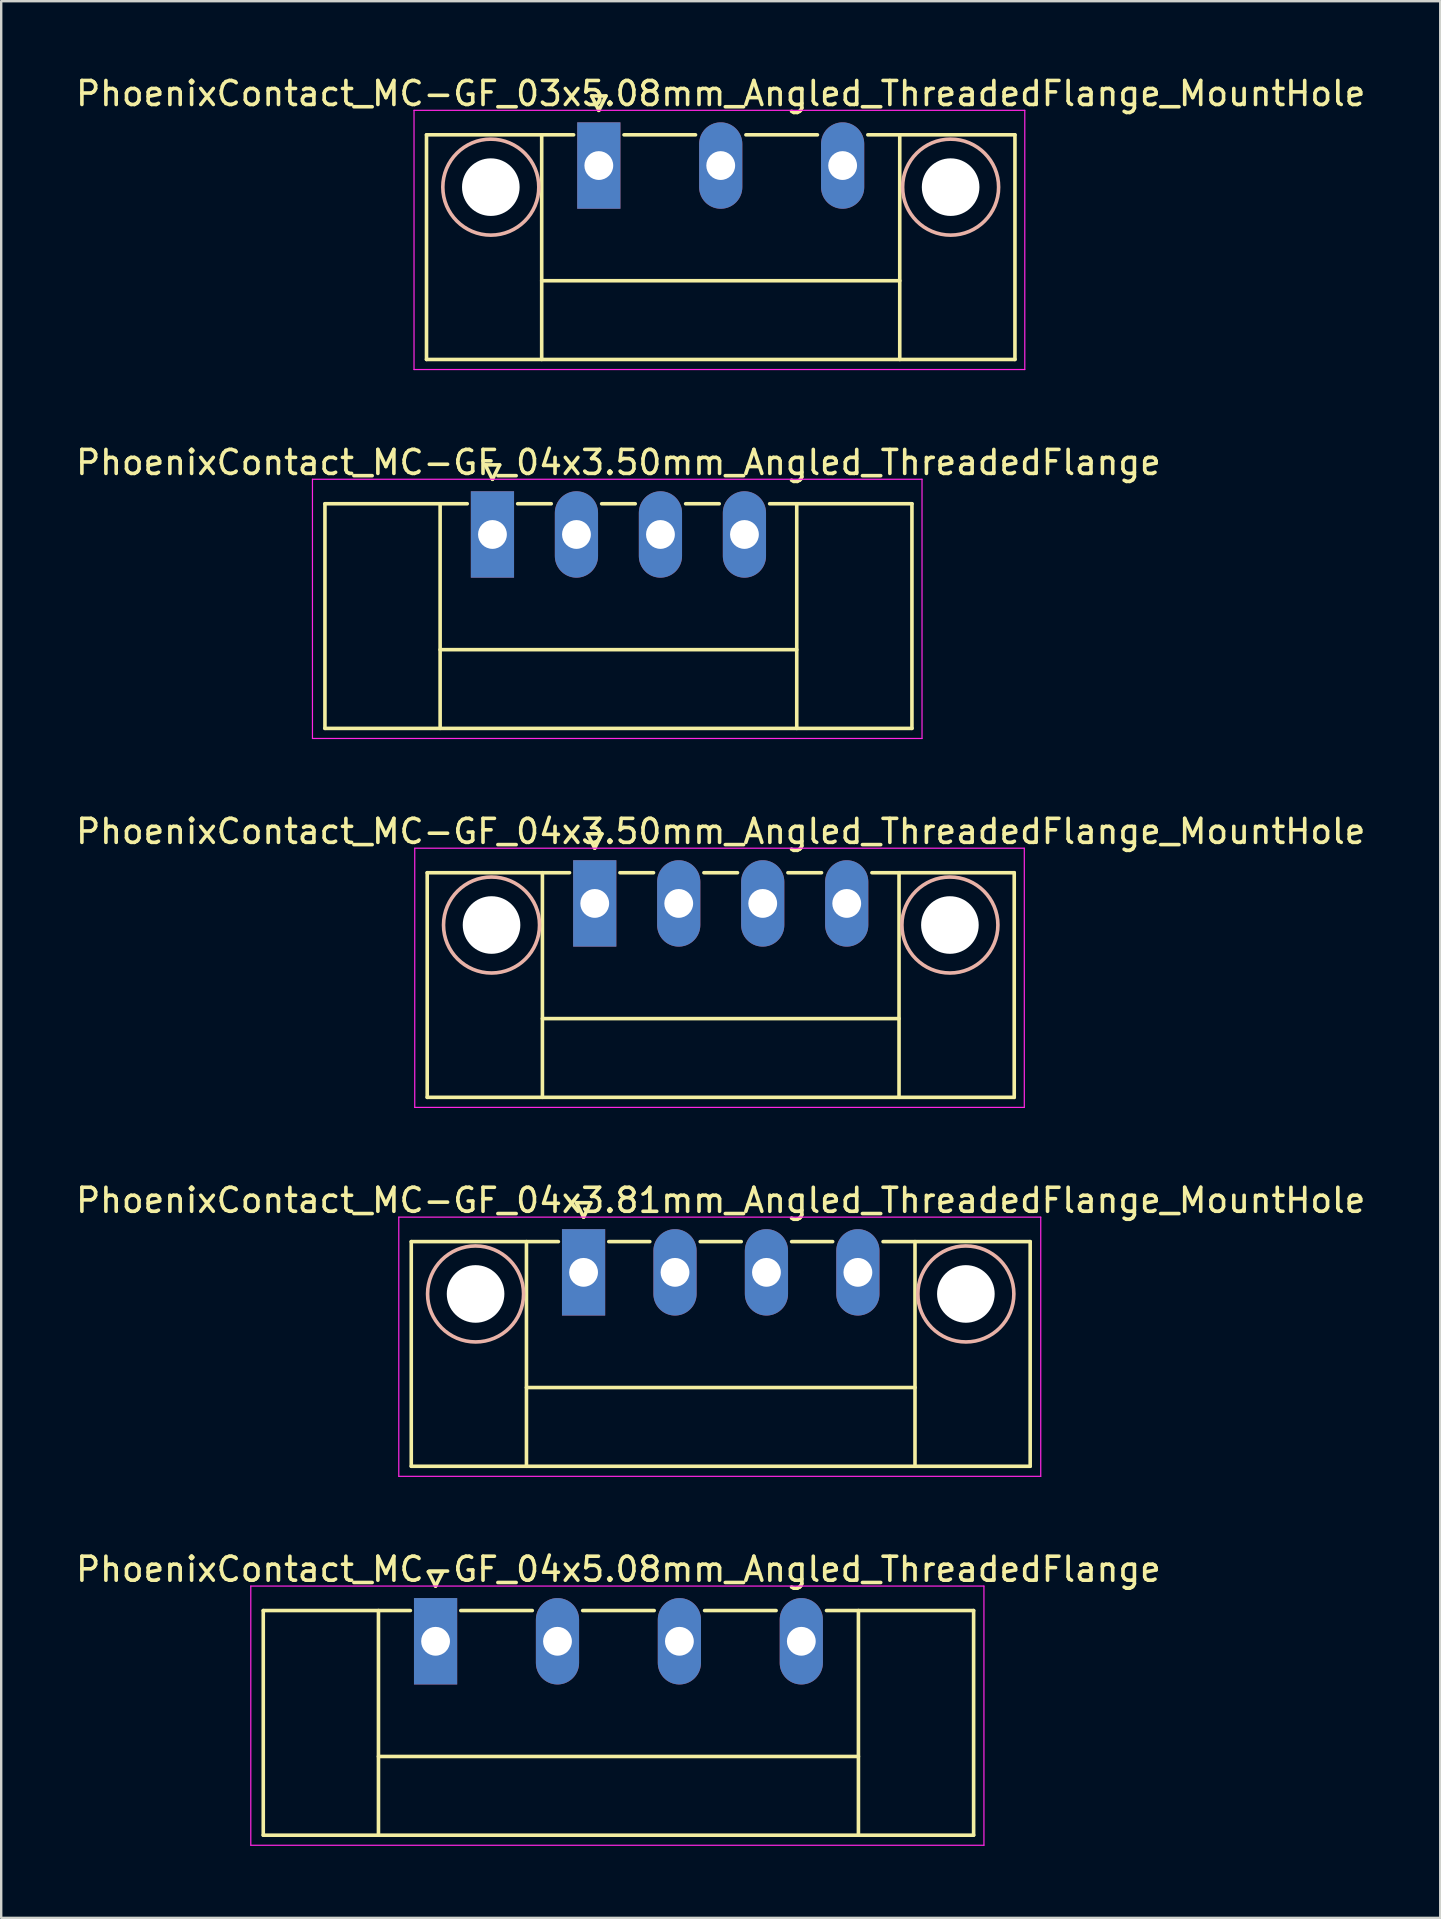
<source format=kicad_pcb>
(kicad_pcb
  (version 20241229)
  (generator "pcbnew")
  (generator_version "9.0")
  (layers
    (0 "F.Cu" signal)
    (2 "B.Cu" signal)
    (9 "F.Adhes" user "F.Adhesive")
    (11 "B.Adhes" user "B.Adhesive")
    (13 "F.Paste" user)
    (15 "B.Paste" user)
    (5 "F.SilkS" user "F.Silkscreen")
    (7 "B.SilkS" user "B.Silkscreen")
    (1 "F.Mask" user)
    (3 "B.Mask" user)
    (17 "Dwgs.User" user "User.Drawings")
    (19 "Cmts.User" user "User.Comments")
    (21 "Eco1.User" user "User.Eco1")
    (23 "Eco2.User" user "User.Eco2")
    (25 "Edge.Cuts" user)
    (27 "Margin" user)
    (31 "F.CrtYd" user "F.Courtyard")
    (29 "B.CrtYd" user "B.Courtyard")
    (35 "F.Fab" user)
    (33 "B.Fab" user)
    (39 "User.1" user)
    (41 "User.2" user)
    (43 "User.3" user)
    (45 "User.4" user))
  (footprint "PhoenixContact_MC-GF_04x5.08mm_Angled_ThreadedFlange"
    (layer "F.Cu")
    (at 15.1 65.341)
    (property "Reference" "PhoenixContact_MC-GF_04x5.08mm_Angled_ThreadedFlange" (at 7.62 -3 0) (layer "F.SilkS") (effects (font (size 1 1) (thickness 0.15))))
    (attr through_hole)
    (fp_line (start -7.18 -1.28) (end -7.18 8.08) (stroke (width 0.15) (type solid)) (layer "F.SilkS"))
    (fp_line (start -7.18 -1.28) (end -1.05 -1.28) (stroke (width 0.15) (type solid)) (layer "F.SilkS"))
    (fp_line (start -7.18 8.08) (end 22.42 8.08) (stroke (width 0.15) (type solid)) (layer "F.SilkS"))
    (fp_line (start -2.38 -1.28) (end -2.38 8.08) (stroke (width 0.15) (type solid)) (layer "F.SilkS"))
    (fp_line (start -2.38 4.8) (end 17.62 4.8) (stroke (width 0.15) (type solid)) (layer "F.SilkS"))
    (fp_line (start -0.3 -2.9) (end 0 -2.3) (stroke (width 0.15) (type solid)) (layer "F.SilkS"))
    (fp_line (start 0 -2.3) (end 0.3 -2.9) (stroke (width 0.15) (type solid)) (layer "F.SilkS"))
    (fp_line (start 0.3 -2.9) (end -0.3 -2.9) (stroke (width 0.15) (type solid)) (layer "F.SilkS"))
    (fp_line (start 1.05 -1.28) (end 4.03 -1.28) (stroke (width 0.15) (type solid)) (layer "F.SilkS"))
    (fp_line (start 6.13 -1.28) (end 9.11 -1.28) (stroke (width 0.15) (type solid)) (layer "F.SilkS"))
    (fp_line (start 11.21 -1.28) (end 14.19 -1.28) (stroke (width 0.15) (type solid)) (layer "F.SilkS"))
    (fp_line (start 17.62 -1.28) (end 17.62 8.08) (stroke (width 0.15) (type solid)) (layer "F.SilkS"))
    (fp_line (start 22.42 -1.28) (end 16.29 -1.28) (stroke (width 0.15) (type solid)) (layer "F.SilkS"))
    (fp_line (start 22.42 8.08) (end 22.42 -1.28) (stroke (width 0.15) (type solid)) (layer "F.SilkS"))
    (fp_line (start -7.7 -2.3) (end -7.7 8.5) (stroke (width 0.05) (type solid)) (layer "F.CrtYd"))
    (fp_line (start -7.7 8.5) (end 22.85 8.5) (stroke (width 0.05) (type solid)) (layer "F.CrtYd"))
    (fp_line (start 22.85 -2.3) (end -7.7 -2.3) (stroke (width 0.05) (type solid)) (layer "F.CrtYd"))
    (fp_line (start 22.85 8.5) (end 22.85 -2.3) (stroke (width 0.05) (type solid)) (layer "F.CrtYd"))
    (pad "1" thru_hole rect (at 0 0) (size 1.8 3.6) (drill 1.2) (layers "*.Cu" "*.Mask"))
    (pad "2" thru_hole oval (at 5.08 0) (size 1.8 3.6) (drill 1.2) (layers "*.Cu" "*.Mask"))
    (pad "3" thru_hole oval (at 10.16 0) (size 1.8 3.6) (drill 1.2) (layers "*.Cu" "*.Mask"))
    (pad "4" thru_hole oval (at 15.24 0) (size 1.8 3.6) (drill 1.2) (layers "*.Cu" "*.Mask")))
  (footprint "PhoenixContact_MC-GF_03x5.08mm_Angled_ThreadedFlange_MountHole"
    (layer "F.Cu")
    (at 21.902 3.848)
    (property "Reference" "PhoenixContact_MC-GF_03x5.08mm_Angled_ThreadedFlange_MountHole" (at 5.08 -3 0) (layer "F.SilkS") (effects (font (size 1 1) (thickness 0.15))))
    (attr through_hole)
    (fp_line (start -7.18 -1.28) (end -7.18 8.08) (stroke (width 0.15) (type solid)) (layer "F.SilkS"))
    (fp_line (start -7.18 -1.28) (end -1.05 -1.28) (stroke (width 0.15) (type solid)) (layer "F.SilkS"))
    (fp_line (start -7.18 8.08) (end 17.34 8.08) (stroke (width 0.15) (type solid)) (layer "F.SilkS"))
    (fp_line (start -2.38 -1.28) (end -2.38 8.08) (stroke (width 0.15) (type solid)) (layer "F.SilkS"))
    (fp_line (start -2.38 4.8) (end 12.54 4.8) (stroke (width 0.15) (type solid)) (layer "F.SilkS"))
    (fp_line (start -0.3 -2.9) (end 0 -2.3) (stroke (width 0.15) (type solid)) (layer "F.SilkS"))
    (fp_line (start 0 -2.3) (end 0.3 -2.9) (stroke (width 0.15) (type solid)) (layer "F.SilkS"))
    (fp_line (start 0.3 -2.9) (end -0.3 -2.9) (stroke (width 0.15) (type solid)) (layer "F.SilkS"))
    (fp_line (start 1.05 -1.28) (end 4.03 -1.28) (stroke (width 0.15) (type solid)) (layer "F.SilkS"))
    (fp_line (start 6.13 -1.28) (end 9.11 -1.28) (stroke (width 0.15) (type solid)) (layer "F.SilkS"))
    (fp_line (start 12.54 -1.28) (end 12.54 8.08) (stroke (width 0.15) (type solid)) (layer "F.SilkS"))
    (fp_line (start 17.34 -1.28) (end 11.21 -1.28) (stroke (width 0.15) (type solid)) (layer "F.SilkS"))
    (fp_line (start 17.34 8.08) (end 17.34 -1.28) (stroke (width 0.15) (type solid)) (layer "F.SilkS"))
    (fp_circle (center -4.5 0.9) (end -2.5 0.9) (stroke (width 0.15) (type solid)) (fill no) (layer "B.SilkS"))
    (fp_circle (center 14.66 0.9) (end 16.66 0.9) (stroke (width 0.15) (type solid)) (fill no) (layer "B.SilkS"))
    (fp_line (start -7.7 -2.3) (end -7.7 8.5) (stroke (width 0.05) (type solid)) (layer "F.CrtYd"))
    (fp_line (start -7.7 8.5) (end 17.75 8.5) (stroke (width 0.05) (type solid)) (layer "F.CrtYd"))
    (fp_line (start 17.75 -2.3) (end -7.7 -2.3) (stroke (width 0.05) (type solid)) (layer "F.CrtYd"))
    (fp_line (start 17.75 8.5) (end 17.75 -2.3) (stroke (width 0.05) (type solid)) (layer "F.CrtYd"))
    (pad "" np_thru_hole circle (at -4.5 0.9) (size 2.4 2.4) (drill 2.4) (layers "*.Cu" "*.Mask"))
    (pad "" np_thru_hole circle (at 14.66 0.9) (size 2.4 2.4) (drill 2.4) (layers "*.Cu" "*.Mask"))
    (pad "1" thru_hole rect (at 0 0) (size 1.8 3.6) (drill 1.2) (layers "*.Cu" "*.Mask"))
    (pad "2" thru_hole oval (at 5.08 0) (size 1.8 3.6) (drill 1.2) (layers "*.Cu" "*.Mask"))
    (pad "3" thru_hole oval (at 10.16 0) (size 1.8 3.6) (drill 1.2) (layers "*.Cu" "*.Mask")))
  (footprint "PhoenixContact_MC-GF_04x3.50mm_Angled_ThreadedFlange_MountHole"
    (layer "F.Cu")
    (at 21.732 34.595)
    (property "Reference" "PhoenixContact_MC-GF_04x3.50mm_Angled_ThreadedFlange_MountHole" (at 5.25 -3 0) (layer "F.SilkS") (effects (font (size 1 1) (thickness 0.15))))
    (attr through_hole)
    (fp_line (start -6.98 -1.28) (end -6.98 8.08) (stroke (width 0.15) (type solid)) (layer "F.SilkS"))
    (fp_line (start -6.98 -1.28) (end -1.05 -1.28) (stroke (width 0.15) (type solid)) (layer "F.SilkS"))
    (fp_line (start -6.98 8.08) (end 17.48 8.08) (stroke (width 0.15) (type solid)) (layer "F.SilkS"))
    (fp_line (start -2.18 -1.28) (end -2.18 8.08) (stroke (width 0.15) (type solid)) (layer "F.SilkS"))
    (fp_line (start -2.18 4.8) (end 12.68 4.8) (stroke (width 0.15) (type solid)) (layer "F.SilkS"))
    (fp_line (start -0.3 -2.9) (end 0 -2.3) (stroke (width 0.15) (type solid)) (layer "F.SilkS"))
    (fp_line (start 0 -2.3) (end 0.3 -2.9) (stroke (width 0.15) (type solid)) (layer "F.SilkS"))
    (fp_line (start 0.3 -2.9) (end -0.3 -2.9) (stroke (width 0.15) (type solid)) (layer "F.SilkS"))
    (fp_line (start 1.05 -1.28) (end 2.45 -1.28) (stroke (width 0.15) (type solid)) (layer "F.SilkS"))
    (fp_line (start 4.55 -1.28) (end 5.95 -1.28) (stroke (width 0.15) (type solid)) (layer "F.SilkS"))
    (fp_line (start 8.05 -1.28) (end 9.45 -1.28) (stroke (width 0.15) (type solid)) (layer "F.SilkS"))
    (fp_line (start 12.68 -1.28) (end 12.68 8.08) (stroke (width 0.15) (type solid)) (layer "F.SilkS"))
    (fp_line (start 17.48 -1.28) (end 11.55 -1.28) (stroke (width 0.15) (type solid)) (layer "F.SilkS"))
    (fp_line (start 17.48 8.08) (end 17.48 -1.28) (stroke (width 0.15) (type solid)) (layer "F.SilkS"))
    (fp_circle (center -4.3 0.9) (end -2.3 0.9) (stroke (width 0.15) (type solid)) (fill no) (layer "B.SilkS"))
    (fp_circle (center 14.8 0.9) (end 16.8 0.9) (stroke (width 0.15) (type solid)) (fill no) (layer "B.SilkS"))
    (fp_line (start -7.5 -2.3) (end -7.5 8.5) (stroke (width 0.05) (type solid)) (layer "F.CrtYd"))
    (fp_line (start -7.5 8.5) (end 17.9 8.5) (stroke (width 0.05) (type solid)) (layer "F.CrtYd"))
    (fp_line (start 17.9 -2.3) (end -7.5 -2.3) (stroke (width 0.05) (type solid)) (layer "F.CrtYd"))
    (fp_line (start 17.9 8.5) (end 17.9 -2.3) (stroke (width 0.05) (type solid)) (layer "F.CrtYd"))
    (pad "" np_thru_hole circle (at -4.3 0.9) (size 2.4 2.4) (drill 2.4) (layers "*.Cu" "*.Mask"))
    (pad "" np_thru_hole circle (at 14.8 0.9) (size 2.4 2.4) (drill 2.4) (layers "*.Cu" "*.Mask"))
    (pad "1" thru_hole rect (at 0 0) (size 1.8 3.6) (drill 1.2) (layers "*.Cu" "*.Mask"))
    (pad "2" thru_hole oval (at 3.5 0) (size 1.8 3.6) (drill 1.2) (layers "*.Cu" "*.Mask"))
    (pad "3" thru_hole oval (at 7 0) (size 1.8 3.6) (drill 1.2) (layers "*.Cu" "*.Mask"))
    (pad "4" thru_hole oval (at 10.5 0) (size 1.8 3.6) (drill 1.2) (layers "*.Cu" "*.Mask")))
  (footprint "PhoenixContact_MC-GF_04x3.81mm_Angled_ThreadedFlange_MountHole"
    (layer "F.Cu")
    (at 21.267 49.968)
    (property "Reference" "PhoenixContact_MC-GF_04x3.81mm_Angled_ThreadedFlange_MountHole" (at 5.715 -3 0) (layer "F.SilkS") (effects (font (size 1 1) (thickness 0.15))))
    (attr through_hole)
    (fp_line (start -7.18 -1.28) (end -7.18 8.08) (stroke (width 0.15) (type solid)) (layer "F.SilkS"))
    (fp_line (start -7.18 -1.28) (end -1.05 -1.28) (stroke (width 0.15) (type solid)) (layer "F.SilkS"))
    (fp_line (start -7.18 8.08) (end 18.61 8.08) (stroke (width 0.15) (type solid)) (layer "F.SilkS"))
    (fp_line (start -2.38 -1.28) (end -2.38 8.08) (stroke (width 0.15) (type solid)) (layer "F.SilkS"))
    (fp_line (start -2.38 4.8) (end 13.81 4.8) (stroke (width 0.15) (type solid)) (layer "F.SilkS"))
    (fp_line (start -0.3 -2.9) (end 0 -2.3) (stroke (width 0.15) (type solid)) (layer "F.SilkS"))
    (fp_line (start 0 -2.3) (end 0.3 -2.9) (stroke (width 0.15) (type solid)) (layer "F.SilkS"))
    (fp_line (start 0.3 -2.9) (end -0.3 -2.9) (stroke (width 0.15) (type solid)) (layer "F.SilkS"))
    (fp_line (start 1.05 -1.28) (end 2.76 -1.28) (stroke (width 0.15) (type solid)) (layer "F.SilkS"))
    (fp_line (start 4.86 -1.28) (end 6.57 -1.28) (stroke (width 0.15) (type solid)) (layer "F.SilkS"))
    (fp_line (start 8.67 -1.28) (end 10.38 -1.28) (stroke (width 0.15) (type solid)) (layer "F.SilkS"))
    (fp_line (start 13.81 -1.28) (end 13.81 8.08) (stroke (width 0.15) (type solid)) (layer "F.SilkS"))
    (fp_line (start 18.61 -1.28) (end 12.48 -1.28) (stroke (width 0.15) (type solid)) (layer "F.SilkS"))
    (fp_line (start 18.61 8.08) (end 18.61 -1.28) (stroke (width 0.15) (type solid)) (layer "F.SilkS"))
    (fp_circle (center -4.5 0.9) (end -2.5 0.9) (stroke (width 0.15) (type solid)) (fill no) (layer "B.SilkS"))
    (fp_circle (center 15.93 0.9) (end 17.93 0.9) (stroke (width 0.15) (type solid)) (fill no) (layer "B.SilkS"))
    (fp_line (start -7.7 -2.3) (end -7.7 8.5) (stroke (width 0.05) (type solid)) (layer "F.CrtYd"))
    (fp_line (start -7.7 8.5) (end 19.05 8.5) (stroke (width 0.05) (type solid)) (layer "F.CrtYd"))
    (fp_line (start 19.05 -2.3) (end -7.7 -2.3) (stroke (width 0.05) (type solid)) (layer "F.CrtYd"))
    (fp_line (start 19.05 8.5) (end 19.05 -2.3) (stroke (width 0.05) (type solid)) (layer "F.CrtYd"))
    (pad "" np_thru_hole circle (at -4.5 0.9) (size 2.4 2.4) (drill 2.4) (layers "*.Cu" "*.Mask"))
    (pad "" np_thru_hole circle (at 15.93 0.9) (size 2.4 2.4) (drill 2.4) (layers "*.Cu" "*.Mask"))
    (pad "1" thru_hole rect (at 0 0) (size 1.8 3.6) (drill 1.2) (layers "*.Cu" "*.Mask"))
    (pad "2" thru_hole oval (at 3.81 0) (size 1.8 3.6) (drill 1.2) (layers "*.Cu" "*.Mask"))
    (pad "3" thru_hole oval (at 7.62 0) (size 1.8 3.6) (drill 1.2) (layers "*.Cu" "*.Mask"))
    (pad "4" thru_hole oval (at 11.43 0) (size 1.8 3.6) (drill 1.2) (layers "*.Cu" "*.Mask")))
  (footprint "PhoenixContact_MC-GF_04x3.50mm_Angled_ThreadedFlange"
    (layer "F.Cu")
    (at 17.47 19.221)
    (property "Reference" "PhoenixContact_MC-GF_04x3.50mm_Angled_ThreadedFlange" (at 5.25 -3 0) (layer "F.SilkS") (effects (font (size 1 1) (thickness 0.15))))
    (attr through_hole)
    (fp_line (start -6.98 -1.28) (end -6.98 8.08) (stroke (width 0.15) (type solid)) (layer "F.SilkS"))
    (fp_line (start -6.98 -1.28) (end -1.05 -1.28) (stroke (width 0.15) (type solid)) (layer "F.SilkS"))
    (fp_line (start -6.98 8.08) (end 17.48 8.08) (stroke (width 0.15) (type solid)) (layer "F.SilkS"))
    (fp_line (start -2.18 -1.28) (end -2.18 8.08) (stroke (width 0.15) (type solid)) (layer "F.SilkS"))
    (fp_line (start -2.18 4.8) (end 12.68 4.8) (stroke (width 0.15) (type solid)) (layer "F.SilkS"))
    (fp_line (start -0.3 -2.9) (end 0 -2.3) (stroke (width 0.15) (type solid)) (layer "F.SilkS"))
    (fp_line (start 0 -2.3) (end 0.3 -2.9) (stroke (width 0.15) (type solid)) (layer "F.SilkS"))
    (fp_line (start 0.3 -2.9) (end -0.3 -2.9) (stroke (width 0.15) (type solid)) (layer "F.SilkS"))
    (fp_line (start 1.05 -1.28) (end 2.45 -1.28) (stroke (width 0.15) (type solid)) (layer "F.SilkS"))
    (fp_line (start 4.55 -1.28) (end 5.95 -1.28) (stroke (width 0.15) (type solid)) (layer "F.SilkS"))
    (fp_line (start 8.05 -1.28) (end 9.45 -1.28) (stroke (width 0.15) (type solid)) (layer "F.SilkS"))
    (fp_line (start 12.68 -1.28) (end 12.68 8.08) (stroke (width 0.15) (type solid)) (layer "F.SilkS"))
    (fp_line (start 17.48 -1.28) (end 11.55 -1.28) (stroke (width 0.15) (type solid)) (layer "F.SilkS"))
    (fp_line (start 17.48 8.08) (end 17.48 -1.28) (stroke (width 0.15) (type solid)) (layer "F.SilkS"))
    (fp_line (start -7.5 -2.3) (end -7.5 8.5) (stroke (width 0.05) (type solid)) (layer "F.CrtYd"))
    (fp_line (start -7.5 8.5) (end 17.9 8.5) (stroke (width 0.05) (type solid)) (layer "F.CrtYd"))
    (fp_line (start 17.9 -2.3) (end -7.5 -2.3) (stroke (width 0.05) (type solid)) (layer "F.CrtYd"))
    (fp_line (start 17.9 8.5) (end 17.9 -2.3) (stroke (width 0.05) (type solid)) (layer "F.CrtYd"))
    (pad "1" thru_hole rect (at 0 0) (size 1.8 3.6) (drill 1.2) (layers "*.Cu" "*.Mask"))
    (pad "2" thru_hole oval (at 3.5 0) (size 1.8 3.6) (drill 1.2) (layers "*.Cu" "*.Mask"))
    (pad "3" thru_hole oval (at 7 0) (size 1.8 3.6) (drill 1.2) (layers "*.Cu" "*.Mask"))
    (pad "4" thru_hole oval (at 10.5 0) (size 1.8 3.6) (drill 1.2) (layers "*.Cu" "*.Mask")))
  (gr_rect
    (start -3 -3)
    (end 56.964 76.866)
    (stroke (width 0.1) (type default))
    (fill no)
    (layer "Edge.Cuts")))
</source>
